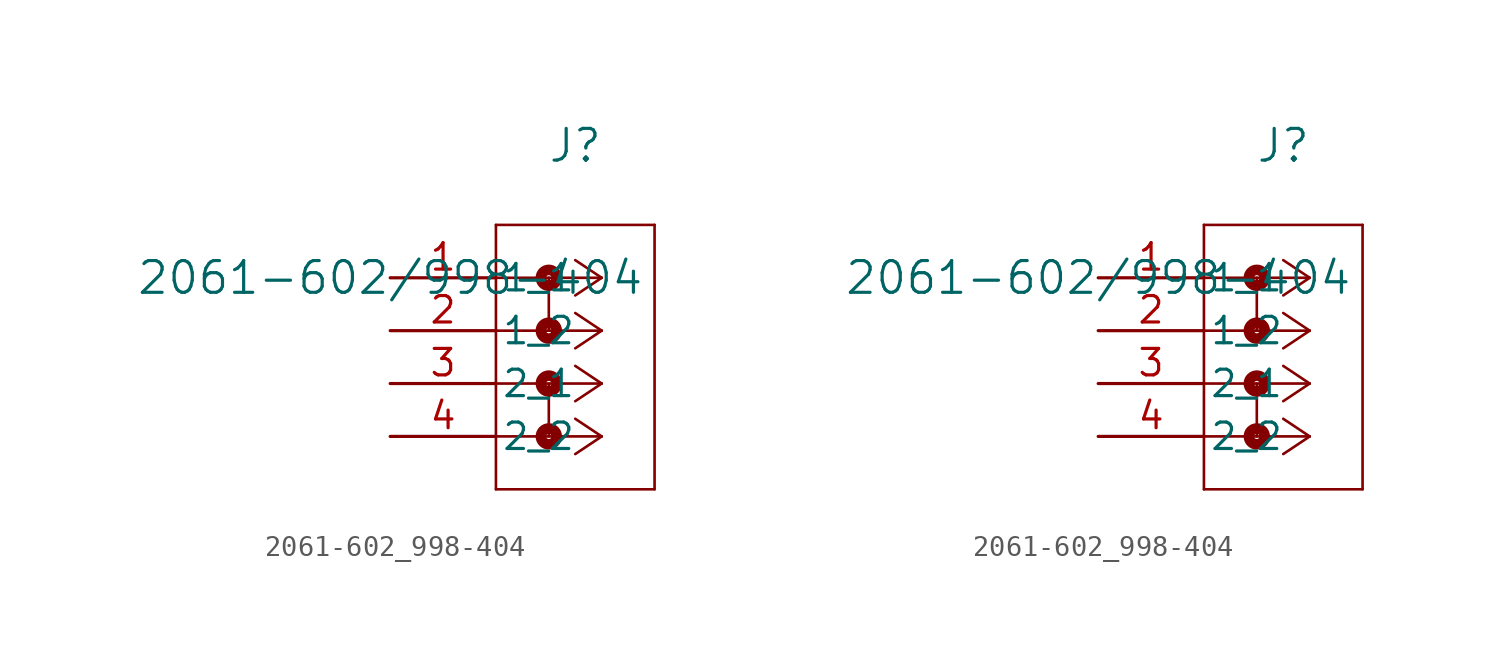
<source format=kicad_sym>
(kicad_symbol_lib
  (version 20211014)
  (generator kicad_symbol_editor)
  (symbol "2061-602_998-404"
    (pin_names
      (offset 0.254))
    (property "Reference" "J"
      (at 8.89 6.35 0)
      (effects (font (size 1.524 1.524))))
    (property "Value" "2061-602/998-404"
      (at 0 0 0)
      (effects (font (size 1.524 1.524))))
    (symbol "2061-602_998-404_1_1"
      (polyline (pts (xy 10.16 0) (xy 5.08 0)) (stroke (width 0.127) (type default) (color 0 0 0 0)) (fill (type none)))
      (polyline (pts (xy 10.16 -2.54) (xy 5.08 -2.54)) (stroke (width 0.127) (type default) (color 0 0 0 0)) (fill (type none)))
      (polyline (pts (xy 10.16 -5.08) (xy 5.08 -5.08)) (stroke (width 0.127) (type default) (color 0 0 0 0)) (fill (type none)))
      (polyline (pts (xy 10.16 -7.62) (xy 5.08 -7.62)) (stroke (width 0.127) (type default) (color 0 0 0 0)) (fill (type none)))
      (polyline (pts (xy 10.16 0) (xy 8.89 0.847)) (stroke (width 0.127) (type default) (color 0 0 0 0)) (fill (type none)))
      (polyline (pts (xy 10.16 -2.54) (xy 8.89 -1.693)) (stroke (width 0.127) (type default) (color 0 0 0 0)) (fill (type none)))
      (polyline (pts (xy 10.16 -5.08) (xy 8.89 -4.233)) (stroke (width 0.127) (type default) (color 0 0 0 0)) (fill (type none)))
      (polyline (pts (xy 10.16 -7.62) (xy 8.89 -6.773)) (stroke (width 0.127) (type default) (color 0 0 0 0)) (fill (type none)))
      (polyline (pts (xy 10.16 0) (xy 8.89 -0.847)) (stroke (width 0.127) (type default) (color 0 0 0 0)) (fill (type none)))
      (polyline (pts (xy 10.16 -2.54) (xy 8.89 -3.387)) (stroke (width 0.127) (type default) (color 0 0 0 0)) (fill (type none)))
      (polyline (pts (xy 10.16 -5.08) (xy 8.89 -5.927)) (stroke (width 0.127) (type default) (color 0 0 0 0)) (fill (type none)))
      (polyline (pts (xy 10.16 -7.62) (xy 8.89 -8.467)) (stroke (width 0.127) (type default) (color 0 0 0 0)) (fill (type none)))
      (polyline (pts (xy 5.08 2.54) (xy 5.08 -10.16)) (stroke (width 0.127) (type default) (color 0 0 0 0)) (fill (type none)))
      (polyline (pts (xy 5.08 -10.16) (xy 12.7 -10.16)) (stroke (width 0.127) (type default) (color 0 0 0 0)) (fill (type none)))
      (polyline (pts (xy 12.7 -10.16) (xy 12.7 2.54)) (stroke (width 0.127) (type default) (color 0 0 0 0)) (fill (type none)))
      (polyline (pts (xy 12.7 2.54) (xy 5.08 2.54)) (stroke (width 0.127) (type default) (color 0 0 0 0)) (fill (type none)))
      (circle (center 7.62 0) (radius 0.127) (stroke (width 0.508) (type default) (color 0 0 0 0)) (fill (type none)))
      (polyline (pts (xy 7.62 0) (xy 7.62 -2.54)) (stroke (width 0.127) (type default) (color 0 0 0 0)) (fill (type none)))
      (circle (center 7.62 -2.54) (radius 0.127) (stroke (width 0.508) (type default) (color 0 0 0 0)) (fill (type none)))
      (circle (center 7.62 -5.08) (radius 0.127) (stroke (width 0.508) (type default) (color 0 0 0 0)) (fill (type none)))
      (polyline (pts (xy 7.62 -5.08) (xy 7.62 -7.62)) (stroke (width 0.127) (type default) (color 0 0 0 0)) (fill (type none)))
      (circle (center 7.62 -7.62) (radius 0.127) (stroke (width 0.508) (type default) (color 0 0 0 0)) (fill (type none)))
      (pin unspecified line (at 0 0 0) (length 5.08) (name "1_1" (effects (font (size 1.27 1.27)))) (number "1" (effects (font (size 1.27 1.27)))))
      (pin unspecified line (at 0 -2.54 0) (length 5.08) (name "1_2" (effects (font (size 1.27 1.27)))) (number "2" (effects (font (size 1.27 1.27)))))
      (pin unspecified line (at 0 -5.08 0) (length 5.08) (name "2_1" (effects (font (size 1.27 1.27)))) (number "3" (effects (font (size 1.27 1.27)))))
      (pin unspecified line (at 0 -7.62 0) (length 5.08) (name "2_2" (effects (font (size 1.27 1.27)))) (number "4" (effects (font (size 1.27 1.27))))))
    (symbol "2061-602_998-404_1_2"
      (polyline (pts (xy 10.16 0) (xy 5.08 0)) (stroke (width 0.127) (type default) (color 0 0 0 0)) (fill (type none)))
      (polyline (pts (xy 10.16 -2.54) (xy 5.08 -2.54)) (stroke (width 0.127) (type default) (color 0 0 0 0)) (fill (type none)))
      (polyline (pts (xy 10.16 -5.08) (xy 5.08 -5.08)) (stroke (width 0.127) (type default) (color 0 0 0 0)) (fill (type none)))
      (polyline (pts (xy 10.16 -7.62) (xy 5.08 -7.62)) (stroke (width 0.127) (type default) (color 0 0 0 0)) (fill (type none)))
      (polyline (pts (xy 10.16 0) (xy 8.89 0.847)) (stroke (width 0.127) (type default) (color 0 0 0 0)) (fill (type none)))
      (polyline (pts (xy 10.16 -2.54) (xy 8.89 -1.693)) (stroke (width 0.127) (type default) (color 0 0 0 0)) (fill (type none)))
      (polyline (pts (xy 10.16 -5.08) (xy 8.89 -4.233)) (stroke (width 0.127) (type default) (color 0 0 0 0)) (fill (type none)))
      (polyline (pts (xy 10.16 -7.62) (xy 8.89 -6.773)) (stroke (width 0.127) (type default) (color 0 0 0 0)) (fill (type none)))
      (polyline (pts (xy 10.16 0) (xy 8.89 -0.847)) (stroke (width 0.127) (type default) (color 0 0 0 0)) (fill (type none)))
      (polyline (pts (xy 10.16 -2.54) (xy 8.89 -3.387)) (stroke (width 0.127) (type default) (color 0 0 0 0)) (fill (type none)))
      (polyline (pts (xy 10.16 -5.08) (xy 8.89 -5.927)) (stroke (width 0.127) (type default) (color 0 0 0 0)) (fill (type none)))
      (polyline (pts (xy 10.16 -7.62) (xy 8.89 -8.467)) (stroke (width 0.127) (type default) (color 0 0 0 0)) (fill (type none)))
      (polyline (pts (xy 5.08 2.54) (xy 5.08 -10.16)) (stroke (width 0.127) (type default) (color 0 0 0 0)) (fill (type none)))
      (polyline (pts (xy 5.08 -10.16) (xy 12.7 -10.16)) (stroke (width 0.127) (type default) (color 0 0 0 0)) (fill (type none)))
      (polyline (pts (xy 12.7 -10.16) (xy 12.7 2.54)) (stroke (width 0.127) (type default) (color 0 0 0 0)) (fill (type none)))
      (polyline (pts (xy 12.7 2.54) (xy 5.08 2.54)) (stroke (width 0.127) (type default) (color 0 0 0 0)) (fill (type none)))
      (circle (center 7.62 0) (radius 0.127) (stroke (width 0.508) (type default) (color 0 0 0 0)) (fill (type none)))
      (polyline (pts (xy 7.62 0) (xy 7.62 -2.54)) (stroke (width 0.127) (type default) (color 0 0 0 0)) (fill (type none)))
      (circle (center 7.62 -2.54) (radius 0.127) (stroke (width 0.508) (type default) (color 0 0 0 0)) (fill (type none)))
      (circle (center 7.62 -5.08) (radius 0.127) (stroke (width 0.508) (type default) (color 0 0 0 0)) (fill (type none)))
      (polyline (pts (xy 7.62 -5.08) (xy 7.62 -7.62)) (stroke (width 0.127) (type default) (color 0 0 0 0)) (fill (type none)))
      (circle (center 7.62 -7.62) (radius 0.127) (stroke (width 0.508) (type default) (color 0 0 0 0)) (fill (type none)))
      (pin unspecified line (at 0 0 0) (length 5.08) (name "1_1" (effects (font (size 1.27 1.27)))) (number "1" (effects (font (size 1.27 1.27)))))
      (pin unspecified line (at 0 -2.54 0) (length 5.08) (name "1_2" (effects (font (size 1.27 1.27)))) (number "2" (effects (font (size 1.27 1.27)))))
      (pin unspecified line (at 0 -5.08 0) (length 5.08) (name "2_1" (effects (font (size 1.27 1.27)))) (number "3" (effects (font (size 1.27 1.27)))))
      (pin unspecified line (at 0 -7.62 0) (length 5.08) (name "2_2" (effects (font (size 1.27 1.27)))) (number "4" (effects (font (size 1.27 1.27))))))))
</source>
